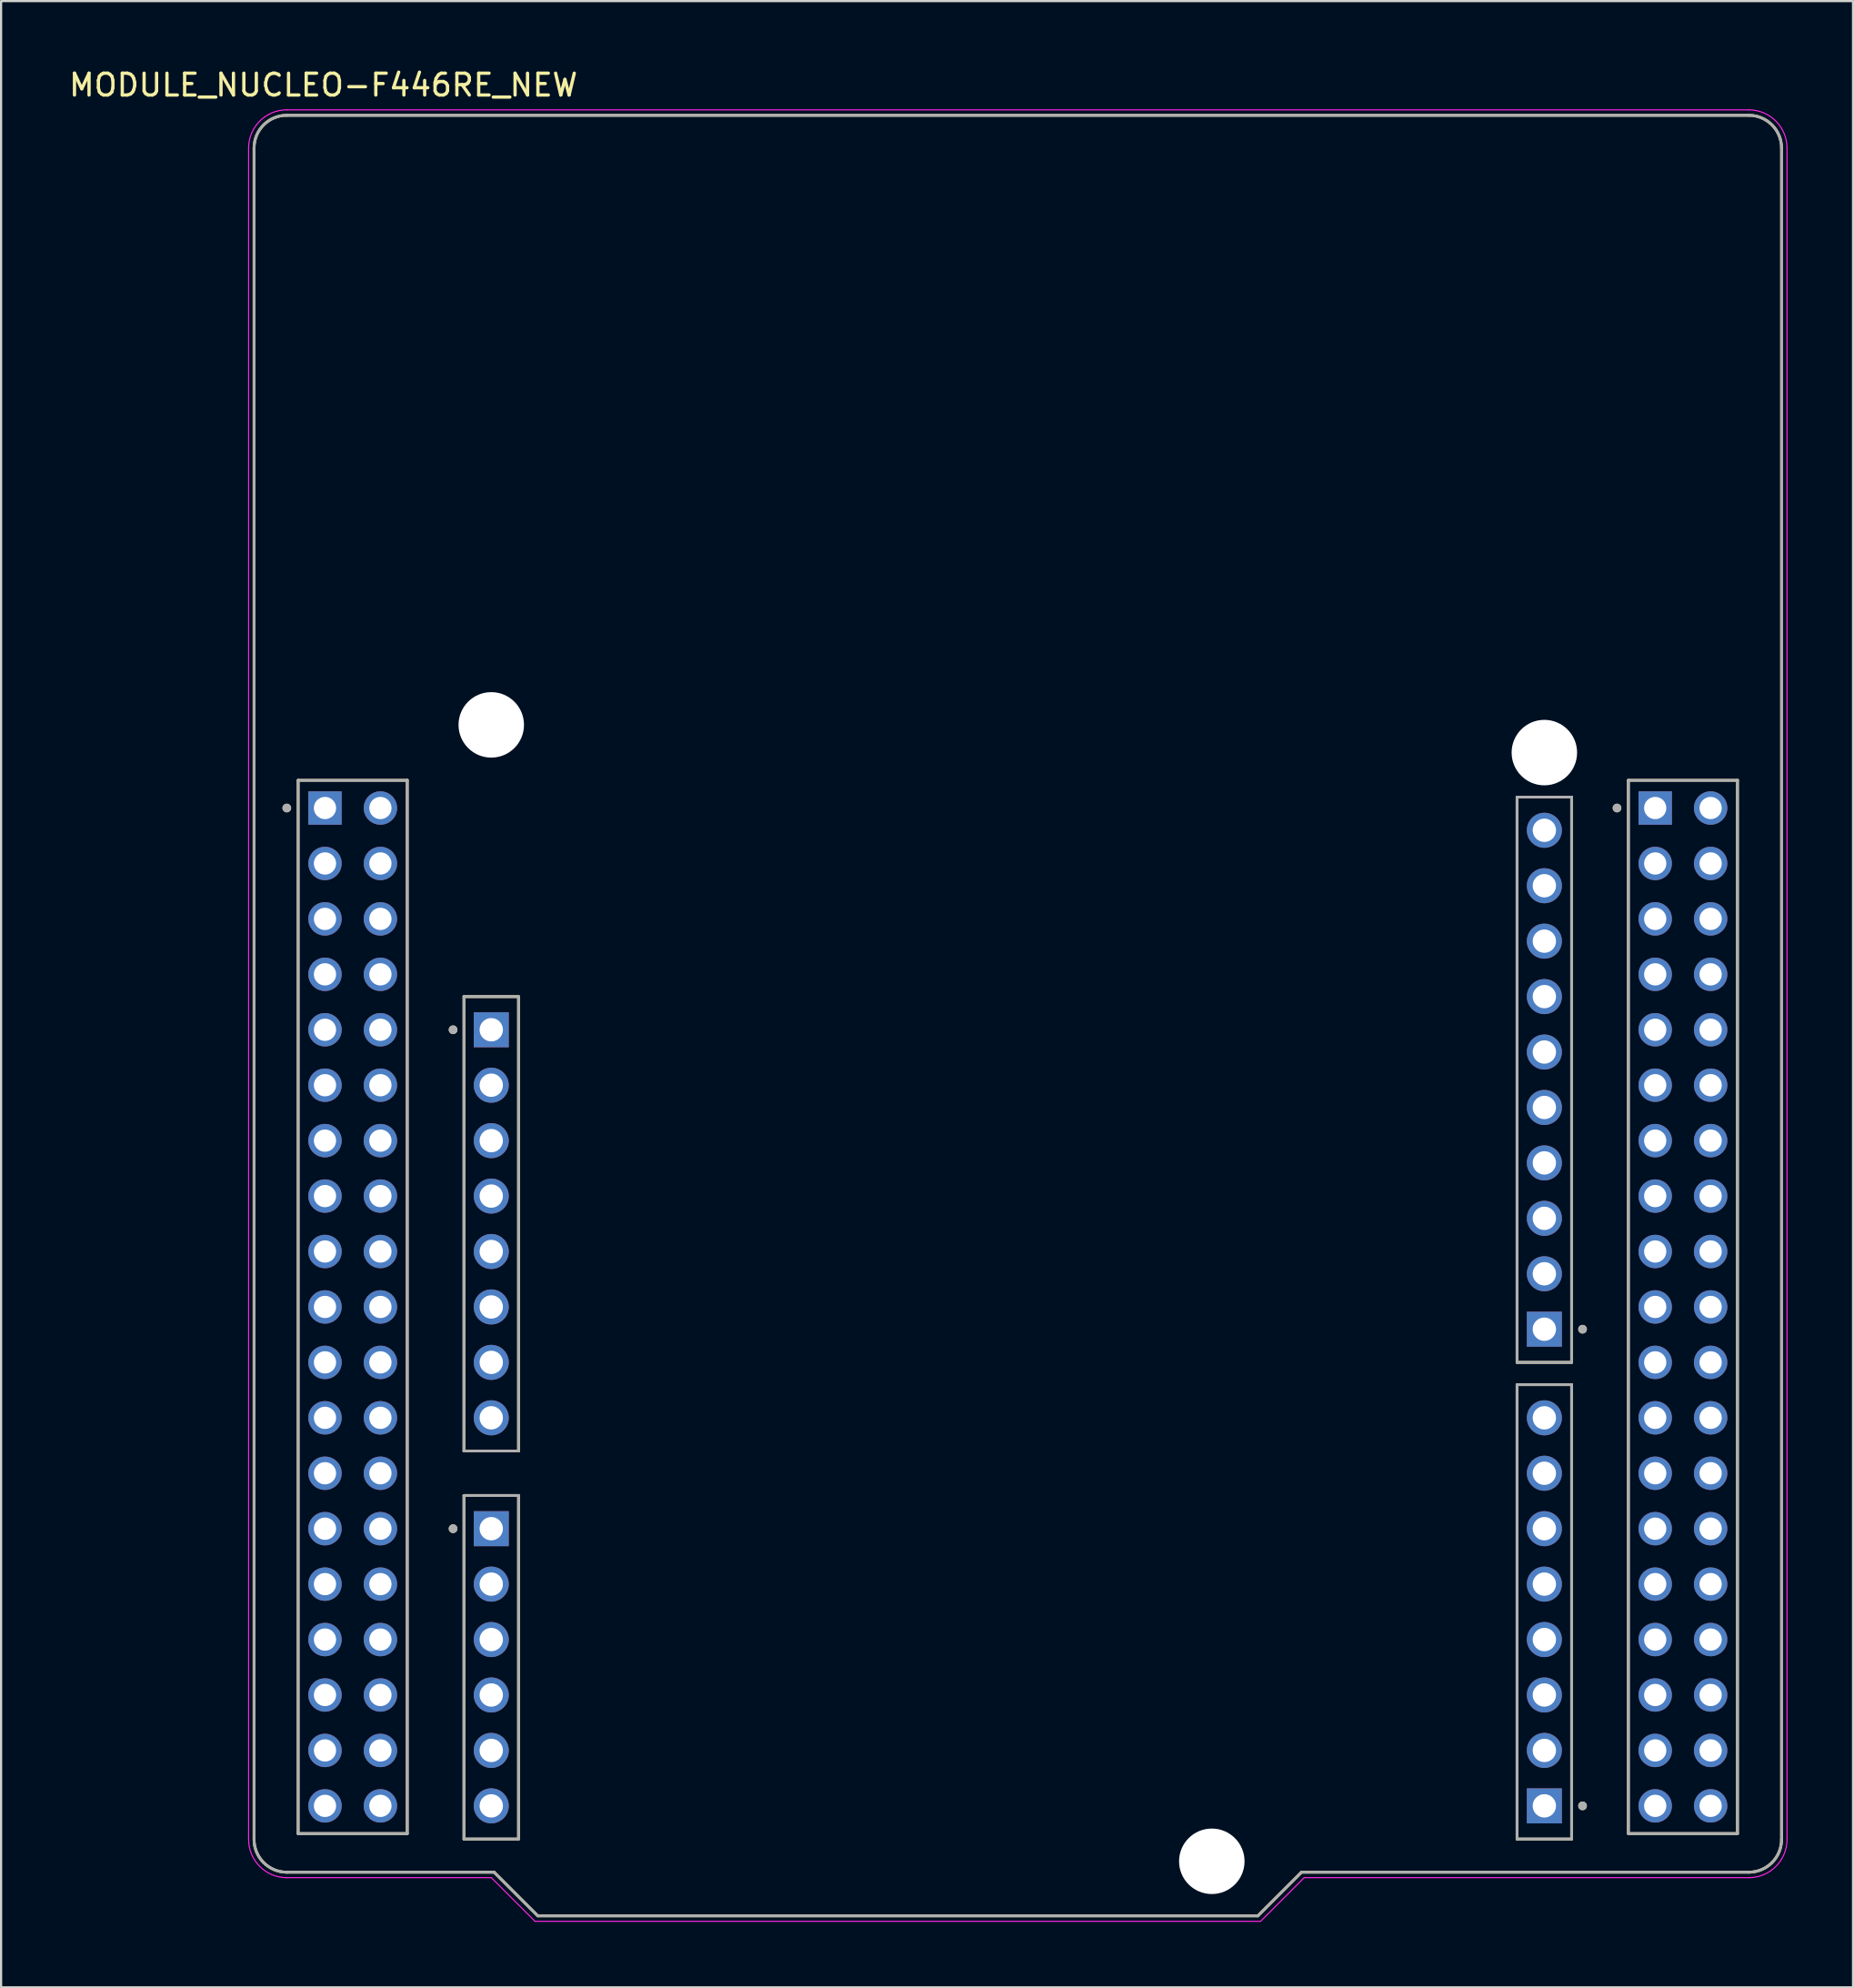
<source format=kicad_pcb>
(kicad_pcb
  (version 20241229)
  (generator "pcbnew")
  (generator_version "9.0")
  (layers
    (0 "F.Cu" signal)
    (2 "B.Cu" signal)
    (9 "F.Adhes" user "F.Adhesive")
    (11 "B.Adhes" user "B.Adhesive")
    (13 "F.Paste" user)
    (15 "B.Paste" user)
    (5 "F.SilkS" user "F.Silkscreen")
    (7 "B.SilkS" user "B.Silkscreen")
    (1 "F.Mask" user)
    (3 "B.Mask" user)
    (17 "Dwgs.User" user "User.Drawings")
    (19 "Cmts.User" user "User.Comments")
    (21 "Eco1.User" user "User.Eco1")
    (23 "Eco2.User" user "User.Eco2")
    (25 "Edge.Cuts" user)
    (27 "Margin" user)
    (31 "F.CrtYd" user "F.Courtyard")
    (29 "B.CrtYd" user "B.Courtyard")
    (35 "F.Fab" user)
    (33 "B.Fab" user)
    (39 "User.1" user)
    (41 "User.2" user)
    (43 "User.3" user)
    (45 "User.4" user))
  (footprint "MODULE_NUCLEO-F446RE_NEW"
    (layer "F.Cu")
    (at 43.593 43.483)
    (property "Reference" "MODULE_NUCLEO-F446RE_NEW" (at -31.825 -42.635 0) (layer "F.SilkS") (effects (font (size 1 1) (thickness 0.15))))
    (attr through_hole)
    (fp_line (start -35 37.75) (end -35 -39.75) (stroke (width 0.127) (type solid)) (layer "F.SilkS"))
    (fp_line (start -33.5 -41.25) (end 33.5 -41.25) (stroke (width 0.127) (type solid)) (layer "F.SilkS"))
    (fp_line (start -32.98 -10.78) (end -32.98 37.48) (stroke (width 0.127) (type solid)) (layer "F.SilkS"))
    (fp_line (start -32.98 37.48) (end -27.98 37.48) (stroke (width 0.127) (type solid)) (layer "F.SilkS"))
    (fp_line (start -27.98 -10.78) (end -32.98 -10.78) (stroke (width 0.127) (type solid)) (layer "F.SilkS"))
    (fp_line (start -27.98 37.48) (end -27.98 -10.78) (stroke (width 0.127) (type solid)) (layer "F.SilkS"))
    (fp_line (start -25.38 -0.87) (end -25.38 19.95) (stroke (width 0.127) (type solid)) (layer "F.SilkS"))
    (fp_line (start -25.38 19.95) (end -22.88 19.95) (stroke (width 0.127) (type solid)) (layer "F.SilkS"))
    (fp_line (start -25.38 21.99) (end -25.38 37.73) (stroke (width 0.127) (type solid)) (layer "F.SilkS"))
    (fp_line (start -25.38 37.73) (end -22.88 37.73) (stroke (width 0.127) (type solid)) (layer "F.SilkS"))
    (fp_line (start -24 39.25) (end -33.5 39.25) (stroke (width 0.127) (type solid)) (layer "F.SilkS"))
    (fp_line (start -22.88 -0.87) (end -25.38 -0.87) (stroke (width 0.127) (type solid)) (layer "F.SilkS"))
    (fp_line (start -22.88 19.95) (end -22.88 -0.87) (stroke (width 0.127) (type solid)) (layer "F.SilkS"))
    (fp_line (start -22.88 21.99) (end -25.38 21.99) (stroke (width 0.127) (type solid)) (layer "F.SilkS"))
    (fp_line (start -22.88 37.73) (end -22.88 21.99) (stroke (width 0.127) (type solid)) (layer "F.SilkS"))
    (fp_line (start -22 41.25) (end -24 39.25) (stroke (width 0.127) (type solid)) (layer "F.SilkS"))
    (fp_line (start 11 41.25) (end -22 41.25) (stroke (width 0.127) (type solid)) (layer "F.SilkS"))
    (fp_line (start 13 39.25) (end 11 41.25) (stroke (width 0.127) (type solid)) (layer "F.SilkS"))
    (fp_line (start 22.88 -10.01) (end 22.88 15.89) (stroke (width 0.127) (type solid)) (layer "F.SilkS"))
    (fp_line (start 22.88 15.89) (end 25.38 15.89) (stroke (width 0.127) (type solid)) (layer "F.SilkS"))
    (fp_line (start 22.88 16.91) (end 22.88 37.73) (stroke (width 0.127) (type solid)) (layer "F.SilkS"))
    (fp_line (start 22.88 37.73) (end 25.38 37.73) (stroke (width 0.127) (type solid)) (layer "F.SilkS"))
    (fp_line (start 25.38 -10.01) (end 22.88 -10.01) (stroke (width 0.127) (type solid)) (layer "F.SilkS"))
    (fp_line (start 25.38 15.89) (end 25.38 -10.01) (stroke (width 0.127) (type solid)) (layer "F.SilkS"))
    (fp_line (start 25.38 16.91) (end 22.88 16.91) (stroke (width 0.127) (type solid)) (layer "F.SilkS"))
    (fp_line (start 25.38 37.73) (end 25.38 16.91) (stroke (width 0.127) (type solid)) (layer "F.SilkS"))
    (fp_line (start 27.98 -10.78) (end 27.98 37.48) (stroke (width 0.127) (type solid)) (layer "F.SilkS"))
    (fp_line (start 27.98 37.48) (end 32.98 37.48) (stroke (width 0.127) (type solid)) (layer "F.SilkS"))
    (fp_line (start 32.98 -10.78) (end 27.98 -10.78) (stroke (width 0.127) (type solid)) (layer "F.SilkS"))
    (fp_line (start 32.98 37.48) (end 32.98 -10.78) (stroke (width 0.127) (type solid)) (layer "F.SilkS"))
    (fp_line (start 33.5 39.25) (end 13 39.25) (stroke (width 0.127) (type solid)) (layer "F.SilkS"))
    (fp_line (start 35 -39.75) (end 35 37.75) (stroke (width 0.127) (type solid)) (layer "F.SilkS"))
    (fp_arc (start -35 -39.75) (mid -34.56066 -40.81066) (end -33.5 -41.25) (stroke (width 0.127) (type solid)) (layer "F.SilkS"))
    (fp_arc (start -33.5 39.25) (mid -34.56066 38.81066) (end -35 37.75) (stroke (width 0.127) (type solid)) (layer "F.SilkS"))
    (fp_arc (start 33.5 -41.25) (mid 34.56066 -40.81066) (end 35 -39.75) (stroke (width 0.127) (type solid)) (layer "F.SilkS"))
    (fp_arc (start 35 37.75) (mid 34.56066 38.81066) (end 33.5 39.25) (stroke (width 0.127) (type solid)) (layer "F.SilkS"))
    (fp_circle (center -33.5 -9.51) (end -33.4 -9.51) (stroke (width 0.2) (type solid)) (fill no) (layer "F.SilkS"))
    (fp_circle (center -25.88 0.65) (end -25.78 0.65) (stroke (width 0.2) (type solid)) (fill no) (layer "F.SilkS"))
    (fp_circle (center -25.88 23.51) (end -25.78 23.51) (stroke (width 0.2) (type solid)) (fill no) (layer "F.SilkS"))
    (fp_circle (center 25.88 14.37) (end 25.98 14.37) (stroke (width 0.2) (type solid)) (fill no) (layer "F.SilkS"))
    (fp_circle (center 25.88 36.21) (end 25.98 36.21) (stroke (width 0.2) (type solid)) (fill no) (layer "F.SilkS"))
    (fp_circle (center 27.46 -9.51) (end 27.56 -9.51) (stroke (width 0.2) (type solid)) (fill no) (layer "F.SilkS"))
    (fp_line (start -35.25 37.75) (end -35.25 -39.75) (stroke (width 0.05) (type solid)) (layer "F.CrtYd"))
    (fp_line (start -33.5 -41.5) (end 33.5 -41.5) (stroke (width 0.05) (type solid)) (layer "F.CrtYd"))
    (fp_line (start -24.125 39.5) (end -33.5 39.5) (stroke (width 0.05) (type solid)) (layer "F.CrtYd"))
    (fp_line (start -22.125 41.5) (end -24.125 39.5) (stroke (width 0.05) (type solid)) (layer "F.CrtYd"))
    (fp_line (start 11.125 41.5) (end -22.125 41.5) (stroke (width 0.05) (type solid)) (layer "F.CrtYd"))
    (fp_line (start 13.125 39.5) (end 11.125 41.5) (stroke (width 0.05) (type solid)) (layer "F.CrtYd"))
    (fp_line (start 33.5 39.5) (end 13.125 39.5) (stroke (width 0.05) (type solid)) (layer "F.CrtYd"))
    (fp_line (start 35.25 -39.75) (end 35.25 37.75) (stroke (width 0.05) (type solid)) (layer "F.CrtYd"))
    (fp_arc (start -35.25 -39.75) (mid -34.737437 -40.987437) (end -33.5 -41.5) (stroke (width 0.05) (type solid)) (layer "F.CrtYd"))
    (fp_arc (start -33.5 39.5) (mid -34.737437 38.987437) (end -35.25 37.75) (stroke (width 0.05) (type solid)) (layer "F.CrtYd"))
    (fp_arc (start 33.5 -41.5) (mid 34.737437 -40.987437) (end 35.25 -39.75) (stroke (width 0.05) (type solid)) (layer "F.CrtYd"))
    (fp_arc (start 35.25 37.75) (mid 34.737437 38.987437) (end 33.5 39.5) (stroke (width 0.05) (type solid)) (layer "F.CrtYd"))
    (fp_line (start -35 37.75) (end -35 -39.75) (stroke (width 0.127) (type solid)) (layer "F.Fab"))
    (fp_line (start -33.5 -41.25) (end 33.5 -41.25) (stroke (width 0.127) (type solid)) (layer "F.Fab"))
    (fp_line (start -32.98 -10.78) (end -32.98 37.48) (stroke (width 0.127) (type solid)) (layer "F.Fab"))
    (fp_line (start -32.98 37.48) (end -27.98 37.48) (stroke (width 0.127) (type solid)) (layer "F.Fab"))
    (fp_line (start -27.98 -10.78) (end -32.98 -10.78) (stroke (width 0.127) (type solid)) (layer "F.Fab"))
    (fp_line (start -27.98 37.48) (end -27.98 -10.78) (stroke (width 0.127) (type solid)) (layer "F.Fab"))
    (fp_line (start -25.38 -0.87) (end -25.38 19.95) (stroke (width 0.127) (type solid)) (layer "F.Fab"))
    (fp_line (start -25.38 19.95) (end -22.88 19.95) (stroke (width 0.127) (type solid)) (layer "F.Fab"))
    (fp_line (start -25.38 21.99) (end -25.38 37.73) (stroke (width 0.127) (type solid)) (layer "F.Fab"))
    (fp_line (start -25.38 37.73) (end -22.88 37.73) (stroke (width 0.127) (type solid)) (layer "F.Fab"))
    (fp_line (start -24 39.25) (end -33.5 39.25) (stroke (width 0.127) (type solid)) (layer "F.Fab"))
    (fp_line (start -22.88 -0.87) (end -25.38 -0.87) (stroke (width 0.127) (type solid)) (layer "F.Fab"))
    (fp_line (start -22.88 19.95) (end -22.88 -0.87) (stroke (width 0.127) (type solid)) (layer "F.Fab"))
    (fp_line (start -22.88 21.99) (end -25.38 21.99) (stroke (width 0.127) (type solid)) (layer "F.Fab"))
    (fp_line (start -22.88 37.73) (end -22.88 21.99) (stroke (width 0.127) (type solid)) (layer "F.Fab"))
    (fp_line (start -22 41.25) (end -24 39.25) (stroke (width 0.127) (type solid)) (layer "F.Fab"))
    (fp_line (start 11 41.25) (end -22 41.25) (stroke (width 0.127) (type solid)) (layer "F.Fab"))
    (fp_line (start 13 39.25) (end 11 41.25) (stroke (width 0.127) (type solid)) (layer "F.Fab"))
    (fp_line (start 22.88 -10.01) (end 22.88 15.89) (stroke (width 0.127) (type solid)) (layer "F.Fab"))
    (fp_line (start 22.88 15.89) (end 25.38 15.89) (stroke (width 0.127) (type solid)) (layer "F.Fab"))
    (fp_line (start 22.88 16.91) (end 22.88 37.73) (stroke (width 0.127) (type solid)) (layer "F.Fab"))
    (fp_line (start 22.88 37.73) (end 25.38 37.73) (stroke (width 0.127) (type solid)) (layer "F.Fab"))
    (fp_line (start 25.38 -10.01) (end 22.88 -10.01) (stroke (width 0.127) (type solid)) (layer "F.Fab"))
    (fp_line (start 25.38 15.89) (end 25.38 -10.01) (stroke (width 0.127) (type solid)) (layer "F.Fab"))
    (fp_line (start 25.38 16.91) (end 22.88 16.91) (stroke (width 0.127) (type solid)) (layer "F.Fab"))
    (fp_line (start 25.38 37.73) (end 25.38 16.91) (stroke (width 0.127) (type solid)) (layer "F.Fab"))
    (fp_line (start 27.98 -10.78) (end 27.98 37.48) (stroke (width 0.127) (type solid)) (layer "F.Fab"))
    (fp_line (start 27.98 37.48) (end 32.98 37.48) (stroke (width 0.127) (type solid)) (layer "F.Fab"))
    (fp_line (start 32.98 -10.78) (end 27.98 -10.78) (stroke (width 0.127) (type solid)) (layer "F.Fab"))
    (fp_line (start 32.98 37.48) (end 32.98 -10.78) (stroke (width 0.127) (type solid)) (layer "F.Fab"))
    (fp_line (start 33.5 39.25) (end 13 39.25) (stroke (width 0.127) (type solid)) (layer "F.Fab"))
    (fp_line (start 35 -39.75) (end 35 37.75) (stroke (width 0.127) (type solid)) (layer "F.Fab"))
    (fp_arc (start -35 -39.75) (mid -34.56066 -40.81066) (end -33.5 -41.25) (stroke (width 0.127) (type solid)) (layer "F.Fab"))
    (fp_arc (start -33.5 39.25) (mid -34.56066 38.81066) (end -35 37.75) (stroke (width 0.127) (type solid)) (layer "F.Fab"))
    (fp_arc (start 33.5 -41.25) (mid 34.56066 -40.81066) (end 35 -39.75) (stroke (width 0.127) (type solid)) (layer "F.Fab"))
    (fp_arc (start 35 37.75) (mid 34.56066 38.81066) (end 33.5 39.25) (stroke (width 0.127) (type solid)) (layer "F.Fab"))
    (fp_circle (center -33.5 -9.51) (end -33.4 -9.51) (stroke (width 0.2) (type solid)) (fill no) (layer "F.Fab"))
    (fp_circle (center -25.88 0.65) (end -25.78 0.65) (stroke (width 0.2) (type solid)) (fill no) (layer "F.Fab"))
    (fp_circle (center -25.88 23.51) (end -25.78 23.51) (stroke (width 0.2) (type solid)) (fill no) (layer "F.Fab"))
    (fp_circle (center 25.88 14.37) (end 25.98 14.37) (stroke (width 0.2) (type solid)) (fill no) (layer "F.Fab"))
    (fp_circle (center 25.88 36.21) (end 25.98 36.21) (stroke (width 0.2) (type solid)) (fill no) (layer "F.Fab"))
    (fp_circle (center 27.46 -9.51) (end 27.56 -9.51) (stroke (width 0.2) (type solid)) (fill no) (layer "F.Fab"))
    (pad "" np_thru_hole circle (at -24.13 -13.32) (size 3 3) (drill 3) (layers "*.Cu" "*.Mask"))
    (pad "" np_thru_hole circle (at 8.89 38.75) (size 3 3) (drill 3) (layers "*.Cu" "*.Mask"))
    (pad "" np_thru_hole circle (at 24.13 -12.05) (size 3 3) (drill 3) (layers "*.Cu" "*.Mask"))
    (pad "1" thru_hole rect (at -31.75 -9.51) (size 1.53 1.53) (drill 1.02) (layers "*.Cu" "*.Mask"))
    (pad "2" thru_hole circle (at -29.21 -9.51) (size 1.53 1.53) (drill 1.02) (layers "*.Cu" "*.Mask"))
    (pad "3" thru_hole circle (at -31.75 -6.97) (size 1.53 1.53) (drill 1.02) (layers "*.Cu" "*.Mask"))
    (pad "4" thru_hole circle (at -29.21 -6.97) (size 1.53 1.53) (drill 1.02) (layers "*.Cu" "*.Mask"))
    (pad "5" thru_hole circle (at -31.75 -4.43) (size 1.53 1.53) (drill 1.02) (layers "*.Cu" "*.Mask"))
    (pad "6" thru_hole circle (at -29.21 -4.43) (size 1.53 1.53) (drill 1.02) (layers "*.Cu" "*.Mask"))
    (pad "7" thru_hole circle (at -31.75 -1.89) (size 1.53 1.53) (drill 1.02) (layers "*.Cu" "*.Mask"))
    (pad "8" thru_hole circle (at -29.21 -1.89) (size 1.53 1.53) (drill 1.02) (layers "*.Cu" "*.Mask"))
    (pad "9" thru_hole circle (at -31.75 0.65) (size 1.53 1.53) (drill 1.02) (layers "*.Cu" "*.Mask"))
    (pad "10" thru_hole circle (at -29.21 0.65) (size 1.53 1.53) (drill 1.02) (layers "*.Cu" "*.Mask"))
    (pad "11" thru_hole circle (at -31.75 3.19) (size 1.53 1.53) (drill 1.02) (layers "*.Cu" "*.Mask"))
    (pad "12" thru_hole circle (at -29.21 3.19) (size 1.53 1.53) (drill 1.02) (layers "*.Cu" "*.Mask"))
    (pad "13" thru_hole circle (at -31.75 5.73) (size 1.53 1.53) (drill 1.02) (layers "*.Cu" "*.Mask"))
    (pad "14" thru_hole circle (at -29.21 5.73) (size 1.53 1.53) (drill 1.02) (layers "*.Cu" "*.Mask"))
    (pad "15" thru_hole circle (at -31.75 8.27) (size 1.53 1.53) (drill 1.02) (layers "*.Cu" "*.Mask"))
    (pad "16" thru_hole circle (at -29.21 8.27) (size 1.53 1.53) (drill 1.02) (layers "*.Cu" "*.Mask"))
    (pad "17" thru_hole circle (at -31.75 10.81) (size 1.53 1.53) (drill 1.02) (layers "*.Cu" "*.Mask"))
    (pad "18" thru_hole circle (at -29.21 10.81) (size 1.53 1.53) (drill 1.02) (layers "*.Cu" "*.Mask"))
    (pad "19" thru_hole circle (at -31.75 13.35) (size 1.53 1.53) (drill 1.02) (layers "*.Cu" "*.Mask"))
    (pad "20" thru_hole circle (at -29.21 13.35) (size 1.53 1.53) (drill 1.02) (layers "*.Cu" "*.Mask"))
    (pad "21" thru_hole circle (at -31.75 15.89) (size 1.53 1.53) (drill 1.02) (layers "*.Cu" "*.Mask"))
    (pad "22" thru_hole circle (at -29.21 15.89) (size 1.53 1.53) (drill 1.02) (layers "*.Cu" "*.Mask"))
    (pad "23" thru_hole circle (at -31.75 18.43) (size 1.53 1.53) (drill 1.02) (layers "*.Cu" "*.Mask"))
    (pad "24" thru_hole circle (at -29.21 18.43) (size 1.53 1.53) (drill 1.02) (layers "*.Cu" "*.Mask"))
    (pad "25" thru_hole circle (at -31.75 20.97) (size 1.53 1.53) (drill 1.02) (layers "*.Cu" "*.Mask"))
    (pad "26" thru_hole circle (at -29.21 20.97) (size 1.53 1.53) (drill 1.02) (layers "*.Cu" "*.Mask"))
    (pad "27" thru_hole circle (at -31.75 23.51) (size 1.53 1.53) (drill 1.02) (layers "*.Cu" "*.Mask"))
    (pad "28" thru_hole circle (at -29.21 23.51) (size 1.53 1.53) (drill 1.02) (layers "*.Cu" "*.Mask"))
    (pad "29" thru_hole circle (at -31.75 26.05) (size 1.53 1.53) (drill 1.02) (layers "*.Cu" "*.Mask"))
    (pad "30" thru_hole circle (at -29.21 26.05) (size 1.53 1.53) (drill 1.02) (layers "*.Cu" "*.Mask"))
    (pad "31" thru_hole circle (at -31.75 28.59) (size 1.53 1.53) (drill 1.02) (layers "*.Cu" "*.Mask"))
    (pad "32" thru_hole circle (at -29.21 28.59) (size 1.53 1.53) (drill 1.02) (layers "*.Cu" "*.Mask"))
    (pad "33" thru_hole circle (at -31.75 31.13) (size 1.53 1.53) (drill 1.02) (layers "*.Cu" "*.Mask"))
    (pad "34" thru_hole circle (at -29.21 31.13) (size 1.53 1.53) (drill 1.02) (layers "*.Cu" "*.Mask"))
    (pad "35" thru_hole circle (at -31.75 33.67) (size 1.53 1.53) (drill 1.02) (layers "*.Cu" "*.Mask"))
    (pad "36" thru_hole circle (at -29.21 33.67) (size 1.53 1.53) (drill 1.02) (layers "*.Cu" "*.Mask"))
    (pad "37" thru_hole circle (at -31.75 36.21) (size 1.53 1.53) (drill 1.02) (layers "*.Cu" "*.Mask"))
    (pad "38" thru_hole circle (at -29.21 36.21) (size 1.53 1.53) (drill 1.02) (layers "*.Cu" "*.Mask"))
    (pad "39" thru_hole rect (at 29.21 -9.51) (size 1.53 1.53) (drill 1.02) (layers "*.Cu" "*.Mask"))
    (pad "40" thru_hole circle (at 31.75 -9.51) (size 1.53 1.53) (drill 1.02) (layers "*.Cu" "*.Mask"))
    (pad "41" thru_hole circle (at 29.21 -6.97) (size 1.53 1.53) (drill 1.02) (layers "*.Cu" "*.Mask"))
    (pad "42" thru_hole circle (at 31.75 -6.97) (size 1.53 1.53) (drill 1.02) (layers "*.Cu" "*.Mask"))
    (pad "43" thru_hole circle (at 29.21 -4.43) (size 1.53 1.53) (drill 1.02) (layers "*.Cu" "*.Mask"))
    (pad "44" thru_hole circle (at 31.75 -4.43) (size 1.53 1.53) (drill 1.02) (layers "*.Cu" "*.Mask"))
    (pad "45" thru_hole circle (at 29.21 -1.89) (size 1.53 1.53) (drill 1.02) (layers "*.Cu" "*.Mask"))
    (pad "46" thru_hole circle (at 31.75 -1.89) (size 1.53 1.53) (drill 1.02) (layers "*.Cu" "*.Mask"))
    (pad "47" thru_hole circle (at 29.21 0.65) (size 1.53 1.53) (drill 1.02) (layers "*.Cu" "*.Mask"))
    (pad "48" thru_hole circle (at 31.75 0.65) (size 1.53 1.53) (drill 1.02) (layers "*.Cu" "*.Mask"))
    (pad "49" thru_hole circle (at 29.21 3.19) (size 1.53 1.53) (drill 1.02) (layers "*.Cu" "*.Mask"))
    (pad "50" thru_hole circle (at 31.75 3.19) (size 1.53 1.53) (drill 1.02) (layers "*.Cu" "*.Mask"))
    (pad "51" thru_hole circle (at 29.21 5.73) (size 1.53 1.53) (drill 1.02) (layers "*.Cu" "*.Mask"))
    (pad "52" thru_hole circle (at 31.75 5.73) (size 1.53 1.53) (drill 1.02) (layers "*.Cu" "*.Mask"))
    (pad "53" thru_hole circle (at 29.21 8.27) (size 1.53 1.53) (drill 1.02) (layers "*.Cu" "*.Mask"))
    (pad "54" thru_hole circle (at 31.75 8.27) (size 1.53 1.53) (drill 1.02) (layers "*.Cu" "*.Mask"))
    (pad "55" thru_hole circle (at 29.21 10.81) (size 1.53 1.53) (drill 1.02) (layers "*.Cu" "*.Mask"))
    (pad "56" thru_hole circle (at 31.75 10.81) (size 1.53 1.53) (drill 1.02) (layers "*.Cu" "*.Mask"))
    (pad "57" thru_hole circle (at 29.21 13.35) (size 1.53 1.53) (drill 1.02) (layers "*.Cu" "*.Mask"))
    (pad "58" thru_hole circle (at 31.75 13.35) (size 1.53 1.53) (drill 1.02) (layers "*.Cu" "*.Mask"))
    (pad "59" thru_hole circle (at 29.21 15.89) (size 1.53 1.53) (drill 1.02) (layers "*.Cu" "*.Mask"))
    (pad "60" thru_hole circle (at 31.75 15.89) (size 1.53 1.53) (drill 1.02) (layers "*.Cu" "*.Mask"))
    (pad "61" thru_hole circle (at 29.21 18.43) (size 1.53 1.53) (drill 1.02) (layers "*.Cu" "*.Mask"))
    (pad "62" thru_hole circle (at 31.75 18.43) (size 1.53 1.53) (drill 1.02) (layers "*.Cu" "*.Mask"))
    (pad "63" thru_hole circle (at 29.21 20.97) (size 1.53 1.53) (drill 1.02) (layers "*.Cu" "*.Mask"))
    (pad "64" thru_hole circle (at 31.75 20.97) (size 1.53 1.53) (drill 1.02) (layers "*.Cu" "*.Mask"))
    (pad "65" thru_hole circle (at 29.21 23.51) (size 1.53 1.53) (drill 1.02) (layers "*.Cu" "*.Mask"))
    (pad "66" thru_hole circle (at 31.75 23.51) (size 1.53 1.53) (drill 1.02) (layers "*.Cu" "*.Mask"))
    (pad "67" thru_hole circle (at 29.21 26.05) (size 1.53 1.53) (drill 1.02) (layers "*.Cu" "*.Mask"))
    (pad "68" thru_hole circle (at 31.75 26.05) (size 1.53 1.53) (drill 1.02) (layers "*.Cu" "*.Mask"))
    (pad "69" thru_hole circle (at 29.21 28.59) (size 1.53 1.53) (drill 1.02) (layers "*.Cu" "*.Mask"))
    (pad "70" thru_hole circle (at 31.75 28.59) (size 1.53 1.53) (drill 1.02) (layers "*.Cu" "*.Mask"))
    (pad "71" thru_hole circle (at 29.21 31.13) (size 1.53 1.53) (drill 1.02) (layers "*.Cu" "*.Mask"))
    (pad "72" thru_hole circle (at 31.75 31.13) (size 1.53 1.53) (drill 1.02) (layers "*.Cu" "*.Mask"))
    (pad "73" thru_hole circle (at 29.21 33.67) (size 1.53 1.53) (drill 1.02) (layers "*.Cu" "*.Mask"))
    (pad "74" thru_hole circle (at 31.75 33.67) (size 1.53 1.53) (drill 1.02) (layers "*.Cu" "*.Mask"))
    (pad "75" thru_hole circle (at 29.21 36.21) (size 1.53 1.53) (drill 1.02) (layers "*.Cu" "*.Mask"))
    (pad "76" thru_hole circle (at 31.75 36.21) (size 1.53 1.53) (drill 1.02) (layers "*.Cu" "*.Mask"))
    (pad "CN5_1" thru_hole rect (at 24.13 14.37) (size 1.605 1.605) (drill 1.07) (layers "*.Cu" "*.Mask"))
    (pad "CN5_2" thru_hole circle (at 24.13 11.83) (size 1.605 1.605) (drill 1.07) (layers "*.Cu" "*.Mask"))
    (pad "CN5_3" thru_hole circle (at 24.13 9.29) (size 1.605 1.605) (drill 1.07) (layers "*.Cu" "*.Mask"))
    (pad "CN5_4" thru_hole circle (at 24.13 6.75) (size 1.605 1.605) (drill 1.07) (layers "*.Cu" "*.Mask"))
    (pad "CN5_5" thru_hole circle (at 24.13 4.21) (size 1.605 1.605) (drill 1.07) (layers "*.Cu" "*.Mask"))
    (pad "CN5_6" thru_hole circle (at 24.13 1.67) (size 1.605 1.605) (drill 1.07) (layers "*.Cu" "*.Mask"))
    (pad "CN5_7" thru_hole circle (at 24.13 -0.87) (size 1.605 1.605) (drill 1.07) (layers "*.Cu" "*.Mask"))
    (pad "CN5_8" thru_hole circle (at 24.13 -3.41) (size 1.605 1.605) (drill 1.07) (layers "*.Cu" "*.Mask"))
    (pad "CN5_9" thru_hole circle (at 24.13 -5.95) (size 1.605 1.605) (drill 1.07) (layers "*.Cu" "*.Mask"))
    (pad "CN5_10" thru_hole circle (at 24.13 -8.49) (size 1.605 1.605) (drill 1.07) (layers "*.Cu" "*.Mask"))
    (pad "CN6_1" thru_hole rect (at -24.13 0.65) (size 1.605 1.605) (drill 1.07) (layers "*.Cu" "*.Mask"))
    (pad "CN6_2" thru_hole circle (at -24.13 3.19) (size 1.605 1.605) (drill 1.07) (layers "*.Cu" "*.Mask"))
    (pad "CN6_3" thru_hole circle (at -24.13 5.73) (size 1.605 1.605) (drill 1.07) (layers "*.Cu" "*.Mask"))
    (pad "CN6_4" thru_hole circle (at -24.13 8.27) (size 1.605 1.605) (drill 1.07) (layers "*.Cu" "*.Mask"))
    (pad "CN6_5" thru_hole circle (at -24.13 10.81) (size 1.605 1.605) (drill 1.07) (layers "*.Cu" "*.Mask"))
    (pad "CN6_6" thru_hole circle (at -24.13 13.35) (size 1.605 1.605) (drill 1.07) (layers "*.Cu" "*.Mask"))
    (pad "CN6_7" thru_hole circle (at -24.13 15.89) (size 1.605 1.605) (drill 1.07) (layers "*.Cu" "*.Mask"))
    (pad "CN6_8" thru_hole circle (at -24.13 18.43) (size 1.605 1.605) (drill 1.07) (layers "*.Cu" "*.Mask"))
    (pad "CN8_1" thru_hole rect (at -24.13 23.51) (size 1.605 1.605) (drill 1.07) (layers "*.Cu" "*.Mask"))
    (pad "CN8_2" thru_hole circle (at -24.13 26.05) (size 1.605 1.605) (drill 1.07) (layers "*.Cu" "*.Mask"))
    (pad "CN8_3" thru_hole circle (at -24.13 28.59) (size 1.605 1.605) (drill 1.07) (layers "*.Cu" "*.Mask"))
    (pad "CN8_4" thru_hole circle (at -24.13 31.13) (size 1.605 1.605) (drill 1.07) (layers "*.Cu" "*.Mask"))
    (pad "CN8_5" thru_hole circle (at -24.13 33.67) (size 1.605 1.605) (drill 1.07) (layers "*.Cu" "*.Mask"))
    (pad "CN8_6" thru_hole circle (at -24.13 36.21) (size 1.605 1.605) (drill 1.07) (layers "*.Cu" "*.Mask"))
    (pad "CN9_1" thru_hole rect (at 24.13 36.21) (size 1.605 1.605) (drill 1.07) (layers "*.Cu" "*.Mask"))
    (pad "CN9_2" thru_hole circle (at 24.13 33.67) (size 1.605 1.605) (drill 1.07) (layers "*.Cu" "*.Mask"))
    (pad "CN9_3" thru_hole circle (at 24.13 31.13) (size 1.605 1.605) (drill 1.07) (layers "*.Cu" "*.Mask"))
    (pad "CN9_4" thru_hole circle (at 24.13 28.59) (size 1.605 1.605) (drill 1.07) (layers "*.Cu" "*.Mask"))
    (pad "CN9_5" thru_hole circle (at 24.13 26.05) (size 1.605 1.605) (drill 1.07) (layers "*.Cu" "*.Mask"))
    (pad "CN9_6" thru_hole circle (at 24.13 23.51) (size 1.605 1.605) (drill 1.07) (layers "*.Cu" "*.Mask"))
    (pad "CN9_7" thru_hole circle (at 24.13 20.97) (size 1.605 1.605) (drill 1.07) (layers "*.Cu" "*.Mask"))
    (pad "CN9_8" thru_hole circle (at 24.13 18.43) (size 1.605 1.605) (drill 1.07) (layers "*.Cu" "*.Mask")))
  (gr_rect
    (start -3 -3)
    (end 81.868 88.008)
    (stroke (width 0.1) (type default))
    (fill no)
    (layer "Edge.Cuts")))
</source>
